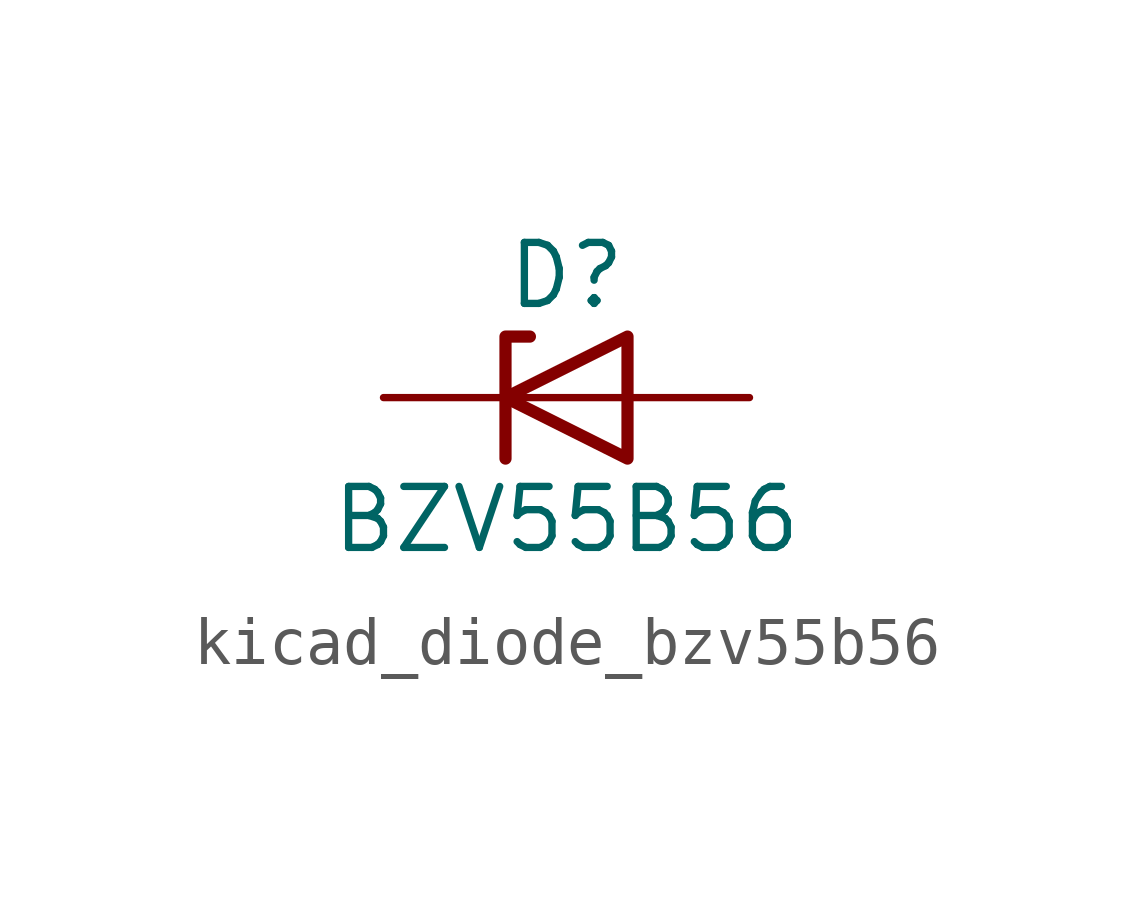
<source format=kicad_sym>
(kicad_symbol_lib
  (version 20220914)
  (generator kicad_symbol_editor)
  (symbol "kicad_diode_bzv55b56"
    (pin_numbers hide)
    (pin_names hide)
    (property "Reference" "D"
      (at 0 2.54 0)
      (effects (font (size 1.27 1.27))))
    (property "Value" "BZV55B56"
      (at 0 -2.54 0)
      (effects (font (size 1.27 1.27))))
    (symbol "kicad_diode_bzv55b56_0_1"
      (polyline (pts (xy 1.27 0) (xy -1.27 0)) (stroke (width 0) (type default)) (fill (type none)))
      (polyline (pts (xy -1.27 -1.27) (xy -1.27 1.27) (xy -0.762 1.27)) (stroke (width 0.254) (type default)) (fill (type none)))
      (polyline (pts (xy 1.27 -1.27) (xy 1.27 1.27) (xy -1.27 0) (xy 1.27 -1.27)) (stroke (width 0.254) (type default)) (fill (type none))))
    (symbol "kicad_diode_bzv55b56_1_1"
      (pin passive line (at -3.81 0 0) (length 2.54) (name "K" (effects (font (size 1.27 1.27)))) (number "1" (effects (font (size 1.27 1.27)))))
      (pin passive line (at 3.81 0 180) (length 2.54) (name "A" (effects (font (size 1.27 1.27)))) (number "2" (effects (font (size 1.27 1.27))))))))
</source>
